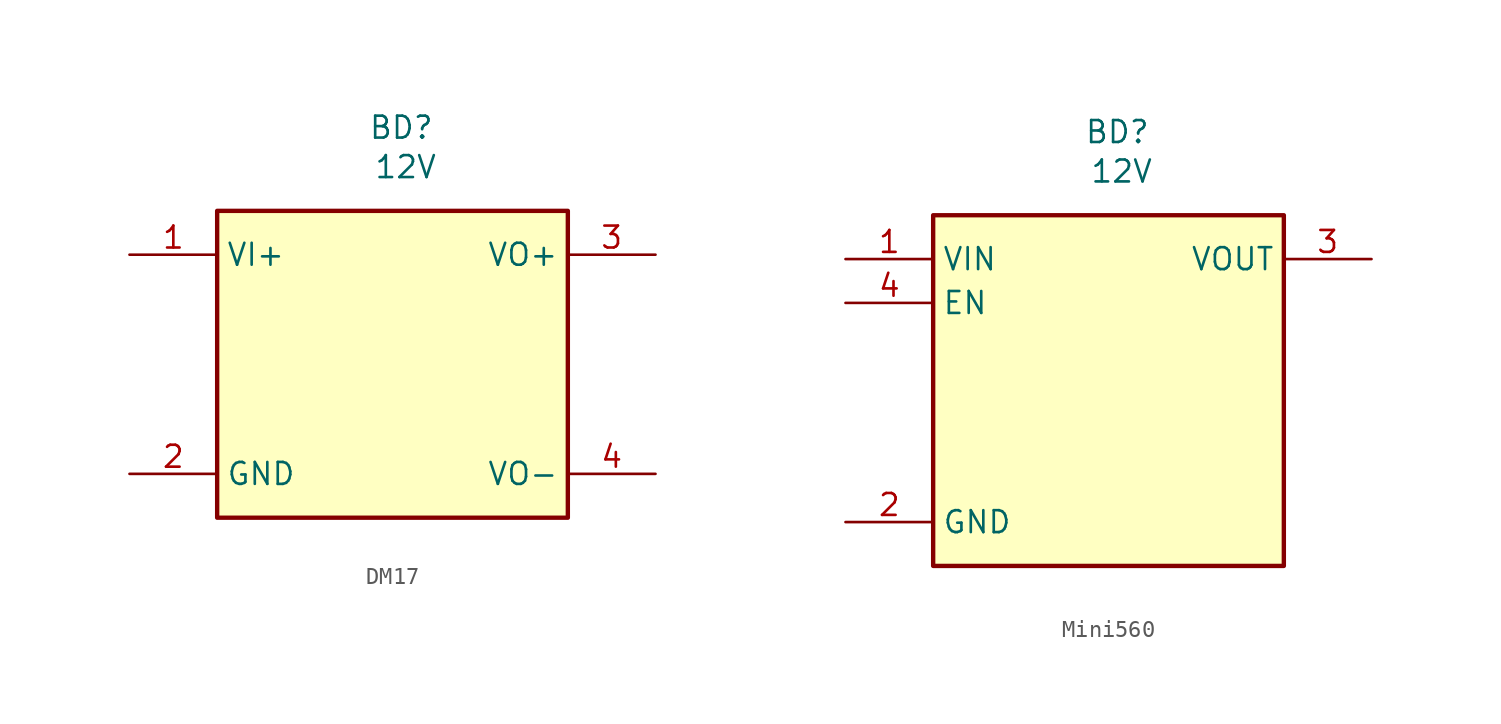
<source format=kicad_sym>
(kicad_symbol_lib
  (version 20231120)
  (generator "kicad_symbol_editor")
  (generator_version "8.0")
  (symbol "DM17"
    (property "Reference" "BD"
      (at 15.748 7.366 0)
      (effects (font (size 1.27 1.27))))
    (property "Value" "12V"
      (at 16.002 5.08 0)
      (effects (font (size 1.27 1.27))))
    (symbol "DM17_1_1"
      (rectangle (start 5.08 2.54) (end 25.4 -15.24) (stroke (width 0.254) (type default)) (fill (type background)))
      (pin power_in line (at 0 0 0) (length 5.08) (name "VI+" (effects (font (size 1.27 1.27)))) (number "1" (effects (font (size 1.27 1.27)))))
      (pin power_in line (at 0 -12.7 0) (length 5.08) (name "GND" (effects (font (size 1.27 1.27)))) (number "2" (effects (font (size 1.27 1.27)))))
      (pin power_out line (at 30.48 0 180) (length 5.08) (name "VO+" (effects (font (size 1.27 1.27)))) (number "3" (effects (font (size 1.27 1.27)))))
      (pin power_out line (at 30.48 -12.7 180) (length 5.08) (name "VO-" (effects (font (size 1.27 1.27)))) (number "4" (effects (font (size 1.27 1.27)))))))
  (symbol "Mini560"
    (property "Reference" "BD"
      (at 15.748 7.366 0)
      (effects (font (size 1.27 1.27))))
    (property "Value" "12V"
      (at 16.002 5.08 0)
      (effects (font (size 1.27 1.27))))
    (symbol "Mini560_1_1"
      (rectangle (start 5.08 2.54) (end 25.4 -17.78) (stroke (width 0.254) (type default)) (fill (type background)))
      (pin power_in line (at 0 0 0) (length 5.08) (name "VIN" (effects (font (size 1.27 1.27)))) (number "1" (effects (font (size 1.27 1.27)))))
      (pin power_in line (at 0 -15.24 0) (length 5.08) (name "GND" (effects (font (size 1.27 1.27)))) (number "2" (effects (font (size 1.27 1.27)))))
      (pin power_out line (at 30.48 0 180) (length 5.08) (name "VOUT" (effects (font (size 1.27 1.27)))) (number "3" (effects (font (size 1.27 1.27)))))
      (pin input line (at 0 -2.54 0) (length 5.08) (name "EN" (effects (font (size 1.27 1.27)))) (number "4" (effects (font (size 1.27 1.27))))))))
</source>
